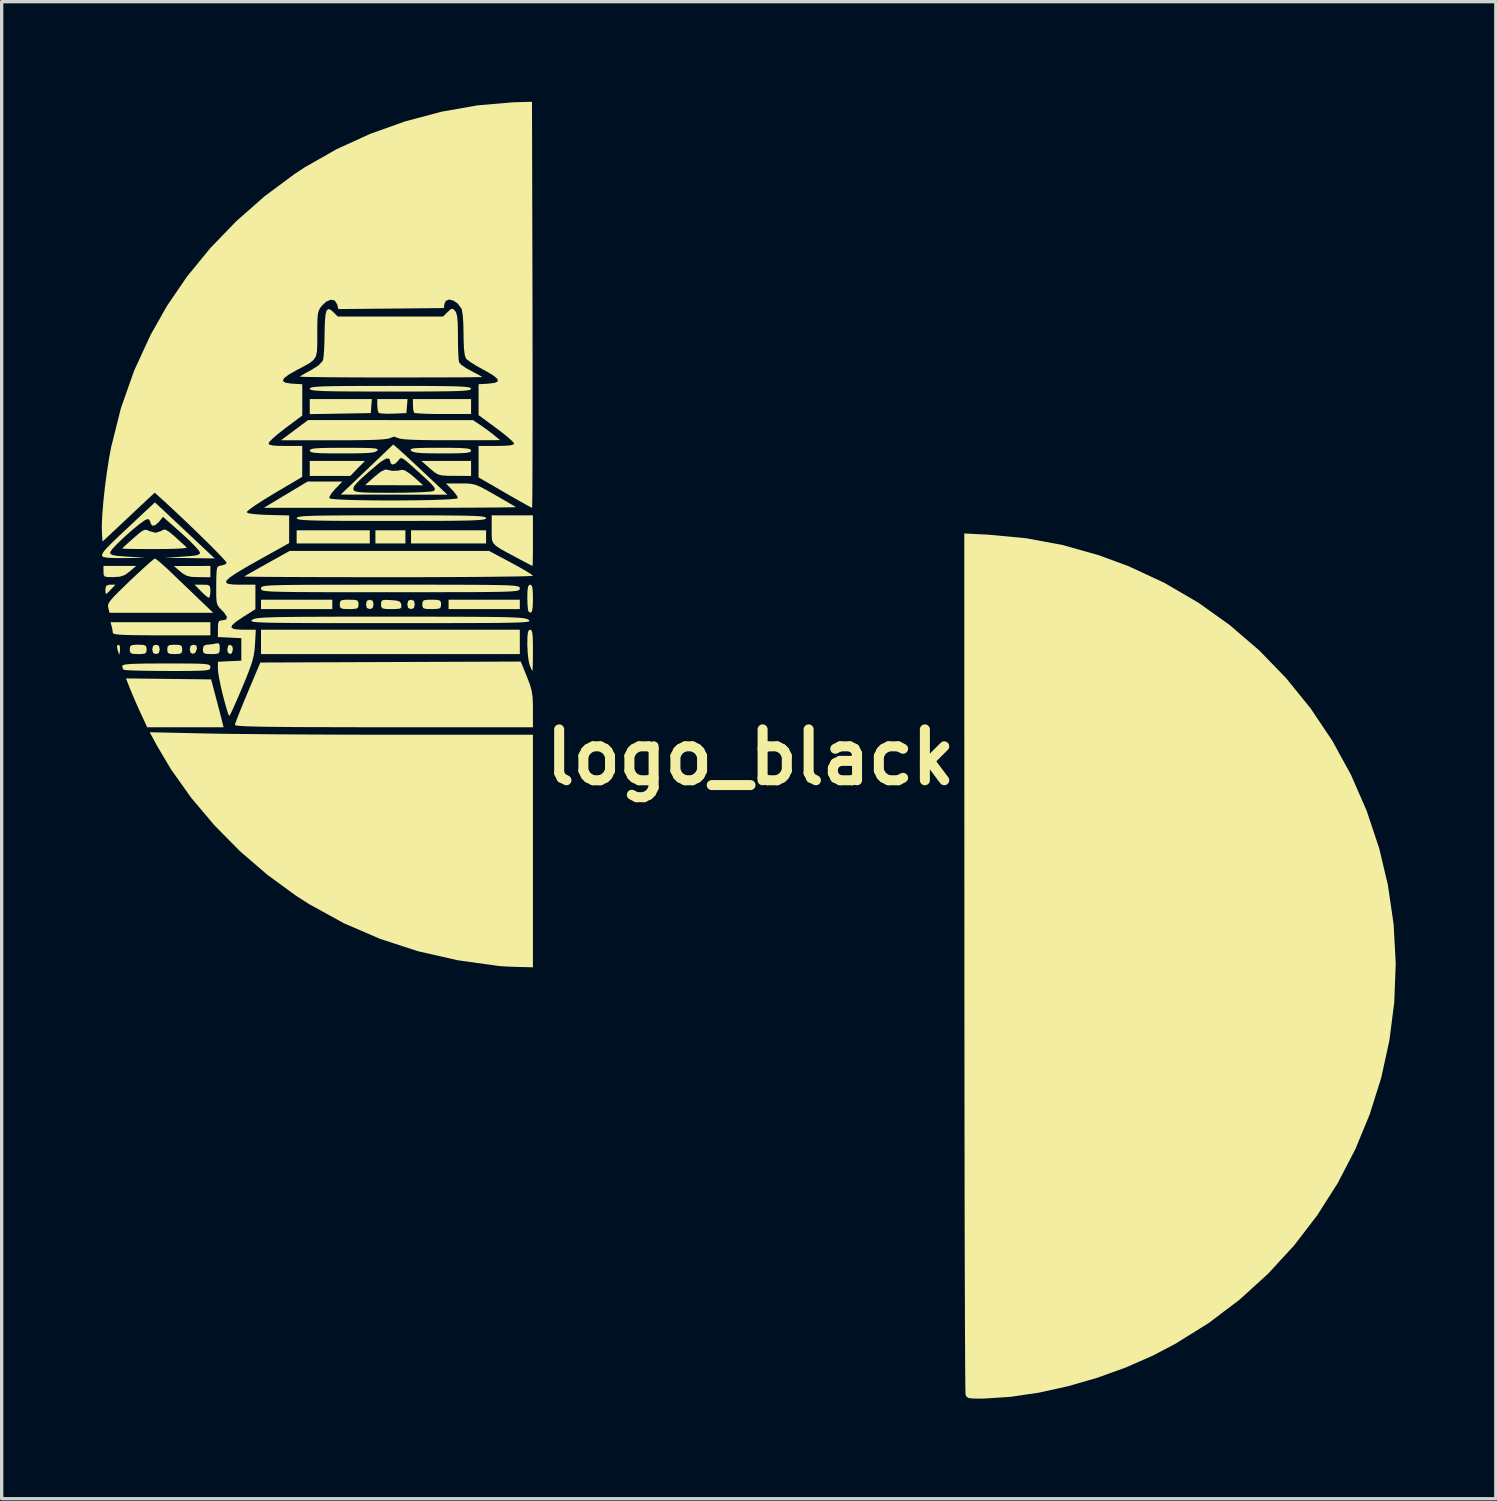
<source format=kicad_pcb>
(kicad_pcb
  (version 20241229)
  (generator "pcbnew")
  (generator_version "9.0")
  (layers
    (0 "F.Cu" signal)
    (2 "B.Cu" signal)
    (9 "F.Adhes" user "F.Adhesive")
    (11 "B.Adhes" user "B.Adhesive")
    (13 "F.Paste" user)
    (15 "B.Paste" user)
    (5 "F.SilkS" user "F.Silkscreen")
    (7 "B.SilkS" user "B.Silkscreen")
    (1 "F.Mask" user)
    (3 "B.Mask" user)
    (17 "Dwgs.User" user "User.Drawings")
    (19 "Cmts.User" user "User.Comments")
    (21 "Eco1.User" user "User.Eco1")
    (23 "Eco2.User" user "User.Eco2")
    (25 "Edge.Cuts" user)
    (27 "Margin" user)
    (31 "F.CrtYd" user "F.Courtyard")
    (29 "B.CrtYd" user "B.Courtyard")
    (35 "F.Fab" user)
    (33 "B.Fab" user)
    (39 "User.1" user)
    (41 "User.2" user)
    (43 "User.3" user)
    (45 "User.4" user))
  (footprint "logo_black"
    (layer "F.Cu")
    (at 19.438 19.64)
    (property "Reference" "logo_black" (at 0 0 0) (layer "F.SilkS") (effects (font (size 1.524 1.524) (thickness 0.3))))
    (attr board_only exclude_from_pos_files exclude_from_bom)
    (fp_poly (pts (xy -12.531 -4.439) (xy -14.667 -4.439) (xy -14.667 -4.72) (xy -12.531 -4.72)) (stroke (width 0) (type solid)) (fill yes) (layer "F.SilkS"))
    (fp_poly (pts (xy -11.408 -6.406) (xy -13.599 -6.406) (xy -13.599 -6.8) (xy -11.408 -6.8)) (stroke (width 0) (type solid)) (fill yes) (layer "F.SilkS"))
    (fp_poly (pts (xy -10.34 -6.406) (xy -11.239 -6.406) (xy -11.239 -6.8) (xy -10.34 -6.8)) (stroke (width 0) (type solid)) (fill yes) (layer "F.SilkS"))
    (fp_poly (pts (xy -7.923 -6.406) (xy -10.171 -6.406) (xy -10.171 -6.8) (xy -7.923 -6.8)) (stroke (width 0) (type solid)) (fill yes) (layer "F.SilkS"))
    (fp_poly (pts (xy -6.912 -4.439) (xy -9.047 -4.439) (xy -9.047 -4.72) (xy -6.912 -4.72)) (stroke (width 0) (type solid)) (fill yes) (layer "F.SilkS"))
    (fp_poly (pts (xy -6.912 -3.091) (xy -14.667 -3.091) (xy -14.667 -3.821) (xy -6.912 -3.821)) (stroke (width 0) (type solid)) (fill yes) (layer "F.SilkS"))
    (fp_poly (pts (xy -11.773 -8.654) (xy -11.992 -8.429) (xy -13.206 -8.429) (xy -13.206 -8.879) (xy -11.553 -8.879)) (stroke (width 0) (type solid)) (fill yes) (layer "F.SilkS"))
    (fp_poly (pts (xy -11.362 -10.522) (xy -11.379 -10.312) (xy -12.293 -10.296) (xy -13.206 -10.281) (xy -13.206 -10.733) (xy -11.345 -10.733)) (stroke (width 0) (type solid)) (fill yes) (layer "F.SilkS"))
    (fp_poly (pts (xy -18.889 -3.295) (xy -18.893 -3.194) (xy -18.914 -3.063) (xy -18.959 -3.193) (xy -18.982 -3.305) (xy -18.971 -3.357) (xy -18.917 -3.369)) (stroke (width 0) (type solid)) (fill yes) (layer "F.SilkS"))
    (fp_poly (pts (xy -17.726 -3.339) (xy -17.701 -3.231) (xy -17.728 -3.121) (xy -17.814 -3.091) (xy -17.902 -3.124) (xy -17.926 -3.231) (xy -17.9 -3.341) (xy -17.814 -3.372)) (stroke (width 0) (type solid)) (fill yes) (layer "F.SilkS"))
    (fp_poly (pts (xy -15.526 -3.323) (xy -15.51 -3.231) (xy -15.539 -3.118) (xy -15.594 -3.091) (xy -15.662 -3.14) (xy -15.678 -3.231) (xy -15.649 -3.344) (xy -15.594 -3.372)) (stroke (width 0) (type solid)) (fill yes) (layer "F.SilkS"))
    (fp_poly (pts (xy -11.319 -4.687) (xy -11.295 -4.58) (xy -11.321 -4.47) (xy -11.408 -4.439) (xy -11.496 -4.472) (xy -11.52 -4.58) (xy -11.494 -4.69) (xy -11.408 -4.72)) (stroke (width 0) (type solid)) (fill yes) (layer "F.SilkS"))
    (fp_poly (pts (xy -10.083 -4.687) (xy -10.059 -4.58) (xy -10.085 -4.47) (xy -10.171 -4.439) (xy -10.259 -4.472) (xy -10.284 -4.58) (xy -10.257 -4.69) (xy -10.171 -4.72)) (stroke (width 0) (type solid)) (fill yes) (layer "F.SilkS"))
    (fp_poly (pts (xy -16.184 -5.395) (xy -16.535 -5.396) (xy -16.745 -5.404) (xy -16.889 -5.436) (xy -17.01 -5.505) (xy -17.083 -5.563) (xy -17.28 -5.729) (xy -16.732 -5.73) (xy -16.184 -5.732)) (stroke (width 0) (type solid)) (fill yes) (layer "F.SilkS"))
    (fp_poly (pts (xy -19.162 -5.029) (xy -19.256 -4.935) (xy -19.31 -4.89) (xy -19.313 -4.889) (xy -19.326 -4.937) (xy -19.331 -5.029) (xy -19.31 -5.134) (xy -19.224 -5.168) (xy -19.181 -5.17) (xy -19.03 -5.17)) (stroke (width 0) (type solid)) (fill yes) (layer "F.SilkS"))
    (fp_poly (pts (xy -18.603 -5.566) (xy -18.75 -5.459) (xy -18.9 -5.41) (xy -19.092 -5.397) (xy -19.264 -5.399) (xy -19.351 -5.418) (xy -19.383 -5.472) (xy -19.387 -5.563) (xy -19.387 -5.732) (xy -18.408 -5.732)) (stroke (width 0) (type solid)) (fill yes) (layer "F.SilkS"))
    (fp_poly (pts (xy -16.599 -3.345) (xy -16.587 -3.246) (xy -16.588 -3.246) (xy -16.635 -3.135) (xy -16.711 -3.097) (xy -16.779 -3.135) (xy -16.802 -3.227) (xy -16.778 -3.339) (xy -16.692 -3.372) (xy -16.686 -3.372)) (stroke (width 0) (type solid)) (fill yes) (layer "F.SilkS"))
    (fp_poly (pts (xy -8.373 -8.429) (xy -8.865 -8.432) (xy -9.102 -8.434) (xy -9.26 -8.447) (xy -9.372 -8.479) (xy -9.472 -8.54) (xy -9.592 -8.641) (xy -9.609 -8.656) (xy -9.862 -8.878) (xy -9.118 -8.879) (xy -8.373 -8.879)) (stroke (width 0) (type solid)) (fill yes) (layer "F.SilkS"))
    (fp_poly (pts (xy -16.271 -5.165) (xy -16.204 -5.132) (xy -16.185 -5.044) (xy -16.184 -4.973) (xy -16.195 -4.843) (xy -16.223 -4.778) (xy -16.229 -4.777) (xy -16.292 -4.814) (xy -16.399 -4.908) (xy -16.465 -4.973) (xy -16.656 -5.17) (xy -16.42 -5.17)) (stroke (width 0) (type solid)) (fill yes) (layer "F.SilkS"))
    (fp_poly (pts (xy -10.902 -8.617) (xy -10.744 -8.582) (xy -10.557 -8.587) (xy -10.452 -8.613) (xy -10.358 -8.596) (xy -10.206 -8.497) (xy -10.088 -8.399) (xy -9.809 -8.148) (xy -11.548 -8.153) (xy -11.268 -8.404) (xy -11.076 -8.558) (xy -10.945 -8.62)) (stroke (width 0) (type solid)) (fill yes) (layer "F.SilkS"))
    (fp_poly (pts (xy -10.294 -10.522) (xy -10.312 -10.312) (xy -10.708 -10.295) (xy -10.909 -10.293) (xy -11.065 -10.301) (xy -11.142 -10.318) (xy -11.143 -10.319) (xy -11.17 -10.398) (xy -11.183 -10.535) (xy -11.183 -10.546) (xy -11.183 -10.733) (xy -10.277 -10.733)) (stroke (width 0) (type solid)) (fill yes) (layer "F.SilkS"))
    (fp_poly (pts (xy -8.373 -10.284) (xy -9.207 -10.284) (xy -9.502 -10.286) (xy -9.756 -10.293) (xy -9.949 -10.303) (xy -10.06 -10.315) (xy -10.078 -10.321) (xy -10.103 -10.398) (xy -10.115 -10.535) (xy -10.115 -10.546) (xy -10.115 -10.733) (xy -8.373 -10.733)) (stroke (width 0) (type solid)) (fill yes) (layer "F.SilkS"))
    (fp_poly (pts (xy -16.184 -3.653) (xy -17.645 -3.653) (xy -18.11 -3.654) (xy -18.472 -3.658) (xy -18.742 -3.665) (xy -18.93 -3.676) (xy -19.046 -3.691) (xy -19.1 -3.71) (xy -19.107 -3.723) (xy -19.121 -3.831) (xy -19.142 -3.92) (xy -19.175 -4.046) (xy -16.184 -4.046)) (stroke (width 0) (type solid)) (fill yes) (layer "F.SilkS"))
    (fp_poly (pts (xy -17.437 -2.347) (xy -16.162 -2.332) (xy -16.013 -1.77) (xy -15.946 -1.516) (xy -15.887 -1.288) (xy -15.843 -1.117) (xy -15.827 -1.054) (xy -15.789 -0.899) (xy -18.077 -0.899) (xy -18.28 -1.335) (xy -18.392 -1.583) (xy -18.502 -1.836) (xy -18.588 -2.044) (xy -18.597 -2.066) (xy -18.712 -2.362)) (stroke (width 0) (type solid)) (fill yes) (layer "F.SilkS"))
    (fp_poly (pts (xy -18.192 -3.366) (xy -18.118 -3.337) (xy -18.096 -3.269) (xy -18.095 -3.231) (xy -18.105 -3.145) (xy -18.157 -3.103) (xy -18.279 -3.091) (xy -18.348 -3.091) (xy -18.504 -3.097) (xy -18.578 -3.125) (xy -18.599 -3.193) (xy -18.6 -3.231) (xy -18.59 -3.318) (xy -18.538 -3.359) (xy -18.416 -3.371) (xy -18.348 -3.372)) (stroke (width 0) (type solid)) (fill yes) (layer "F.SilkS"))
    (fp_poly (pts (xy -17.107 -3.364) (xy -17.043 -3.328) (xy -17.027 -3.243) (xy -17.027 -3.231) (xy -17.039 -3.141) (xy -17.097 -3.1) (xy -17.232 -3.091) (xy -17.252 -3.091) (xy -17.397 -3.098) (xy -17.461 -3.135) (xy -17.476 -3.219) (xy -17.477 -3.231) (xy -17.464 -3.322) (xy -17.406 -3.362) (xy -17.271 -3.372) (xy -17.252 -3.372)) (stroke (width 0) (type solid)) (fill yes) (layer "F.SilkS"))
    (fp_poly (pts (xy -15.908 -3.361) (xy -15.903 -3.266) (xy -15.91 -3.158) (xy -15.951 -3.107) (xy -16.056 -3.092) (xy -16.156 -3.091) (xy -16.312 -3.097) (xy -16.386 -3.125) (xy -16.408 -3.193) (xy -16.409 -3.231) (xy -16.384 -3.34) (xy -16.293 -3.372) (xy -16.282 -3.372) (xy -16.12 -3.388) (xy -16.03 -3.407) (xy -15.942 -3.417)) (stroke (width 0) (type solid)) (fill yes) (layer "F.SilkS"))
    (fp_poly (pts (xy -11.859 -4.716) (xy -11.776 -4.693) (xy -11.747 -4.636) (xy -11.745 -4.58) (xy -11.754 -4.496) (xy -11.8 -4.455) (xy -11.913 -4.441) (xy -12.026 -4.439) (xy -12.192 -4.444) (xy -12.276 -4.467) (xy -12.304 -4.523) (xy -12.307 -4.58) (xy -12.298 -4.663) (xy -12.251 -4.705) (xy -12.138 -4.719) (xy -12.026 -4.72)) (stroke (width 0) (type solid)) (fill yes) (layer "F.SilkS"))
    (fp_poly (pts (xy -10.775 -4.709) (xy -10.6 -4.693) (xy -10.508 -4.661) (xy -10.469 -4.601) (xy -10.462 -4.566) (xy -10.461 -4.494) (xy -10.5 -4.456) (xy -10.605 -4.442) (xy -10.757 -4.439) (xy -10.936 -4.443) (xy -11.029 -4.462) (xy -11.065 -4.508) (xy -11.07 -4.583) (xy -11.063 -4.666) (xy -11.023 -4.706) (xy -10.922 -4.716)) (stroke (width 0) (type solid)) (fill yes) (layer "F.SilkS"))
    (fp_poly (pts (xy -9.386 -4.716) (xy -9.303 -4.693) (xy -9.275 -4.636) (xy -9.272 -4.58) (xy -9.281 -4.496) (xy -9.328 -4.455) (xy -9.44 -4.441) (xy -9.553 -4.439) (xy -9.72 -4.444) (xy -9.803 -4.467) (xy -9.831 -4.523) (xy -9.834 -4.58) (xy -9.825 -4.663) (xy -9.778 -4.705) (xy -9.666 -4.719) (xy -9.553 -4.72)) (stroke (width 0) (type solid)) (fill yes) (layer "F.SilkS"))
    (fp_poly (pts (xy -6.558 -5.148) (xy -6.532 -5.068) (xy -6.521 -4.91) (xy -6.519 -4.748) (xy -6.525 -4.509) (xy -6.548 -4.372) (xy -6.589 -4.328) (xy -6.65 -4.364) (xy -6.669 -4.436) (xy -6.682 -4.587) (xy -6.687 -4.785) (xy -6.687 -4.786) (xy -6.682 -4.997) (xy -6.663 -5.116) (xy -6.627 -5.165) (xy -6.603 -5.17)) (stroke (width 0) (type solid)) (fill yes) (layer "F.SilkS"))
    (fp_poly (pts (xy -6.565 -3.804) (xy -6.54 -3.739) (xy -6.526 -3.609) (xy -6.52 -3.396) (xy -6.519 -3.203) (xy -6.52 -2.955) (xy -6.524 -2.754) (xy -6.53 -2.624) (xy -6.535 -2.585) (xy -6.563 -2.632) (xy -6.611 -2.747) (xy -6.62 -2.772) (xy -6.653 -2.921) (xy -6.677 -3.137) (xy -6.687 -3.375) (xy -6.687 -3.39) (xy -6.683 -3.615) (xy -6.668 -3.748) (xy -6.637 -3.81) (xy -6.603 -3.821)) (stroke (width 0) (type solid)) (fill yes) (layer "F.SilkS"))
    (fp_poly (pts (xy -6.519 -6.49) (xy -6.52 -6.213) (xy -6.522 -5.982) (xy -6.526 -5.816) (xy -6.531 -5.737) (xy -6.533 -5.733) (xy -6.585 -5.758) (xy -6.714 -5.825) (xy -6.898 -5.922) (xy -7.024 -5.989) (xy -7.306 -6.139) (xy -7.504 -6.25) (xy -7.633 -6.338) (xy -7.709 -6.42) (xy -7.745 -6.513) (xy -7.755 -6.632) (xy -7.755 -6.795) (xy -7.755 -6.829) (xy -7.755 -7.249) (xy -6.519 -7.249)) (stroke (width 0) (type solid)) (fill yes) (layer "F.SilkS"))
    (fp_poly (pts (xy -17.788 -5.918) (xy -17.669 -5.82) (xy -17.507 -5.675) (xy -17.37 -5.546) (xy -17.127 -5.313) (xy -16.852 -5.05) (xy -16.595 -4.803) (xy -16.521 -4.732) (xy -16.1 -4.329) (xy -19.206 -4.327) (xy -19.244 -4.479) (xy -19.252 -4.54) (xy -19.236 -4.606) (xy -19.184 -4.688) (xy -19.088 -4.801) (xy -18.934 -4.958) (xy -18.714 -5.172) (xy -18.59 -5.291) (xy -18.359 -5.508) (xy -18.155 -5.696) (xy -17.992 -5.841) (xy -17.884 -5.931) (xy -17.847 -5.954)) (stroke (width 0) (type solid)) (fill yes) (layer "F.SilkS"))
    (fp_poly (pts (xy -8.958 -9.271) (xy -8.705 -9.266) (xy -8.536 -9.256) (xy -8.434 -9.24) (xy -8.385 -9.217) (xy -8.373 -9.188) (xy -8.388 -9.155) (xy -8.444 -9.132) (xy -8.556 -9.117) (xy -8.739 -9.108) (xy -9.009 -9.104) (xy -9.237 -9.104) (xy -9.581 -9.106) (xy -9.829 -9.112) (xy -9.998 -9.126) (xy -10.103 -9.147) (xy -10.161 -9.177) (xy -10.171 -9.188) (xy -10.186 -9.219) (xy -10.161 -9.241) (xy -10.083 -9.257) (xy -9.937 -9.266) (xy -9.71 -9.271) (xy -9.388 -9.272) (xy -9.307 -9.272)) (stroke (width 0) (type solid)) (fill yes) (layer "F.SilkS"))
    (fp_poly (pts (xy -10.787 -10.102) (xy -8.315 -10.101) (xy -8.077 -9.941) (xy -7.896 -9.814) (xy -7.723 -9.683) (xy -7.671 -9.641) (xy -7.502 -9.501) (xy -8.978 -9.499) (xy -9.471 -9.5) (xy -9.861 -9.505) (xy -10.157 -9.514) (xy -10.368 -9.527) (xy -10.502 -9.545) (xy -10.565 -9.567) (xy -10.68 -9.608) (xy -10.789 -9.567) (xy -10.859 -9.544) (xy -10.996 -9.527) (xy -11.209 -9.513) (xy -11.506 -9.504) (xy -11.897 -9.499) (xy -12.389 -9.497) (xy -12.484 -9.497) (xy -14.068 -9.497) (xy -13.663 -9.8) (xy -13.258 -10.103)) (stroke (width 0) (type solid)) (fill yes) (layer "F.SilkS"))
    (fp_poly (pts (xy -11.792 -9.271) (xy -11.523 -9.268) (xy -11.34 -9.261) (xy -11.229 -9.249) (xy -11.177 -9.231) (xy -11.171 -9.206) (xy -11.183 -9.188) (xy -11.228 -9.156) (xy -11.312 -9.133) (xy -11.452 -9.118) (xy -11.663 -9.109) (xy -11.96 -9.104) (xy -12.229 -9.104) (xy -12.588 -9.105) (xy -12.848 -9.109) (xy -13.026 -9.119) (xy -13.135 -9.134) (xy -13.19 -9.156) (xy -13.206 -9.186) (xy -13.206 -9.188) (xy -13.192 -9.218) (xy -13.14 -9.24) (xy -13.037 -9.255) (xy -12.868 -9.265) (xy -12.618 -9.27) (xy -12.275 -9.272) (xy -12.159 -9.272)) (stroke (width 0) (type solid)) (fill yes) (layer "F.SilkS"))
    (fp_poly (pts (xy -6.701 -2.417) (xy -6.611 -2.182) (xy -6.557 -1.991) (xy -6.529 -1.796) (xy -6.519 -1.553) (xy -6.519 -1.434) (xy -6.519 -0.899) (xy -10.986 -0.899) (xy -11.83 -0.899) (xy -12.568 -0.901) (xy -13.206 -0.902) (xy -13.749 -0.905) (xy -14.205 -0.909) (xy -14.579 -0.914) (xy -14.877 -0.92) (xy -15.106 -0.927) (xy -15.272 -0.936) (xy -15.38 -0.947) (xy -15.437 -0.959) (xy -15.45 -0.969) (xy -15.427 -1.042) (xy -15.368 -1.2) (xy -15.279 -1.424) (xy -15.168 -1.697) (xy -15.066 -1.939) (xy -14.687 -2.838) (xy -6.884 -2.867)) (stroke (width 0) (type solid)) (fill yes) (layer "F.SilkS"))
    (fp_poly (pts (xy -17.415 -6.752) (xy -17.239 -6.603) (xy -17.237 -6.601) (xy -17.083 -6.46) (xy -16.959 -6.347) (xy -16.89 -6.285) (xy -16.889 -6.285) (xy -16.925 -6.269) (xy -17.056 -6.256) (xy -17.266 -6.246) (xy -17.539 -6.24) (xy -17.831 -6.238) (xy -18.151 -6.238) (xy -18.428 -6.241) (xy -18.645 -6.244) (xy -18.783 -6.249) (xy -18.825 -6.253) (xy -18.786 -6.295) (xy -18.683 -6.391) (xy -18.535 -6.524) (xy -18.493 -6.561) (xy -18.324 -6.707) (xy -18.214 -6.788) (xy -18.136 -6.816) (xy -18.065 -6.802) (xy -18.008 -6.775) (xy -17.825 -6.725) (xy -17.652 -6.781) (xy -17.603 -6.816) (xy -17.532 -6.82)) (stroke (width 0) (type solid)) (fill yes) (layer "F.SilkS"))
    (fp_poly (pts (xy -16.297 -0.712) (xy -15.944 -0.705) (xy -15.492 -0.699) (xy -14.957 -0.694) (xy -14.354 -0.688) (xy -13.697 -0.684) (xy -13.001 -0.68) (xy -12.28 -0.677) (xy -11.549 -0.675) (xy -10.823 -0.674) (xy -10.555 -0.674) (xy -6.519 -0.674) (xy -6.519 6.294) (xy -6.926 6.285) (xy -7.162 6.278) (xy -7.381 6.267) (xy -7.53 6.257) (xy -8.775 6.083) (xy -9.965 5.812) (xy -11.101 5.442) (xy -12.186 4.973) (xy -13.219 4.405) (xy -13.614 4.153) (xy -14.478 3.522) (xy -15.3 2.813) (xy -16.063 2.04) (xy -16.755 1.22) (xy -17.361 0.367) (xy -17.76 -0.304) (xy -18.003 -0.749)) (stroke (width 0) (type solid)) (fill yes) (layer "F.SilkS"))
    (fp_poly (pts (xy -17.087 -2.809) (xy -16.768 -2.808) (xy -16.534 -2.803) (xy -16.373 -2.795) (xy -16.271 -2.782) (xy -16.214 -2.764) (xy -16.19 -2.738) (xy -16.184 -2.703) (xy -16.184 -2.697) (xy -16.188 -2.661) (xy -16.209 -2.634) (xy -16.261 -2.614) (xy -16.357 -2.6) (xy -16.51 -2.592) (xy -16.735 -2.587) (xy -17.045 -2.585) (xy -17.453 -2.585) (xy -17.467 -2.585) (xy -17.836 -2.587) (xy -18.167 -2.591) (xy -18.443 -2.598) (xy -18.648 -2.606) (xy -18.766 -2.617) (xy -18.788 -2.622) (xy -18.823 -2.708) (xy -18.825 -2.735) (xy -18.805 -2.759) (xy -18.738 -2.778) (xy -18.611 -2.792) (xy -18.413 -2.801) (xy -18.133 -2.807) (xy -17.759 -2.809) (xy -17.505 -2.81)) (stroke (width 0) (type solid)) (fill yes) (layer "F.SilkS"))
    (fp_poly (pts (xy -7.176 -5.831) (xy -6.933 -5.698) (xy -6.73 -5.582) (xy -6.587 -5.493) (xy -6.521 -5.442) (xy -6.519 -5.438) (xy -6.573 -5.431) (xy -6.732 -5.424) (xy -6.986 -5.418) (xy -7.326 -5.413) (xy -7.745 -5.408) (xy -8.233 -5.403) (xy -8.783 -5.4) (xy -9.384 -5.397) (xy -10.03 -5.395) (xy -10.711 -5.395) (xy -10.855 -5.395) (xy -11.541 -5.395) (xy -12.194 -5.396) (xy -12.803 -5.397) (xy -13.362 -5.399) (xy -13.861 -5.401) (xy -14.292 -5.403) (xy -14.647 -5.406) (xy -14.916 -5.409) (xy -15.092 -5.412) (xy -15.166 -5.415) (xy -15.168 -5.416) (xy -15.113 -5.45) (xy -14.978 -5.528) (xy -14.783 -5.639) (xy -14.545 -5.772) (xy -14.478 -5.81) (xy -13.811 -6.181) (xy -7.833 -6.181)) (stroke (width 0) (type solid)) (fill yes) (layer "F.SilkS"))
    (fp_poly (pts (xy -10.199 -11.126) (xy -9.711 -11.125) (xy -9.317 -11.122) (xy -9.007 -11.118) (xy -8.771 -11.111) (xy -8.6 -11.103) (xy -8.484 -11.091) (xy -8.414 -11.077) (xy -8.38 -11.059) (xy -8.373 -11.042) (xy -8.384 -11.022) (xy -8.424 -11.005) (xy -8.502 -10.991) (xy -8.627 -10.98) (xy -8.809 -10.972) (xy -9.058 -10.966) (xy -9.383 -10.962) (xy -9.794 -10.959) (xy -10.3 -10.958) (xy -10.789 -10.958) (xy -11.38 -10.958) (xy -11.867 -10.96) (xy -12.262 -10.962) (xy -12.572 -10.967) (xy -12.808 -10.973) (xy -12.979 -10.982) (xy -13.095 -10.993) (xy -13.165 -11.008) (xy -13.199 -11.025) (xy -13.206 -11.042) (xy -13.195 -11.063) (xy -13.155 -11.08) (xy -13.077 -11.094) (xy -12.952 -11.104) (xy -12.769 -11.113) (xy -12.52 -11.119) (xy -12.195 -11.123) (xy -11.785 -11.125) (xy -11.279 -11.126) (xy -10.789 -11.127)) (stroke (width 0) (type solid)) (fill yes) (layer "F.SilkS"))
    (fp_poly (pts (xy -10.117 -7.249) (xy -9.577 -7.248) (xy -9.131 -7.245) (xy -8.772 -7.242) (xy -8.489 -7.237) (xy -8.275 -7.23) (xy -8.121 -7.221) (xy -8.018 -7.209) (xy -7.956 -7.195) (xy -7.928 -7.178) (xy -7.923 -7.165) (xy -7.934 -7.146) (xy -7.972 -7.13) (xy -8.047 -7.116) (xy -8.166 -7.106) (xy -8.339 -7.097) (xy -8.575 -7.091) (xy -8.882 -7.086) (xy -9.269 -7.083) (xy -9.745 -7.082) (xy -10.318 -7.081) (xy -10.761 -7.081) (xy -11.405 -7.081) (xy -11.946 -7.082) (xy -12.391 -7.084) (xy -12.751 -7.088) (xy -13.033 -7.093) (xy -13.247 -7.1) (xy -13.402 -7.109) (xy -13.505 -7.12) (xy -13.566 -7.135) (xy -13.595 -7.152) (xy -13.599 -7.165) (xy -13.588 -7.184) (xy -13.55 -7.2) (xy -13.476 -7.213) (xy -13.357 -7.224) (xy -13.184 -7.232) (xy -12.948 -7.239) (xy -12.641 -7.243) (xy -12.254 -7.246) (xy -11.778 -7.248) (xy -11.204 -7.249) (xy -10.761 -7.249)) (stroke (width 0) (type solid)) (fill yes) (layer "F.SilkS"))
    (fp_poly (pts (xy -12.442 -8.041) (xy -12.554 -7.909) (xy -12.616 -7.803) (xy -12.619 -7.76) (xy -12.554 -7.742) (xy -12.394 -7.727) (xy -12.155 -7.715) (xy -11.853 -7.705) (xy -11.502 -7.699) (xy -11.119 -7.695) (xy -10.719 -7.694) (xy -10.318 -7.696) (xy -9.932 -7.7) (xy -9.576 -7.707) (xy -9.266 -7.717) (xy -9.018 -7.729) (xy -8.847 -7.744) (xy -8.769 -7.762) (xy -8.766 -7.766) (xy -8.803 -7.845) (xy -8.895 -7.964) (xy -8.946 -8.019) (xy -9.126 -8.204) (xy -8.69 -8.204) (xy -8.505 -8.203) (xy -8.362 -8.191) (xy -8.233 -8.16) (xy -8.09 -8.1) (xy -7.906 -8.003) (xy -7.654 -7.859) (xy -7.422 -7.726) (xy -7.227 -7.613) (xy -7.09 -7.532) (xy -7.03 -7.495) (xy -7.029 -7.494) (xy -7.08 -7.491) (xy -7.234 -7.488) (xy -7.482 -7.485) (xy -7.815 -7.482) (xy -8.224 -7.479) (xy -8.701 -7.477) (xy -9.235 -7.476) (xy -9.818 -7.475) (xy -10.44 -7.474) (xy -10.794 -7.474) (xy -14.583 -7.474) (xy -13.272 -8.261) (xy -12.228 -8.261)) (stroke (width 0) (type solid)) (fill yes) (layer "F.SilkS"))
    (fp_poly (pts (xy -10.508 -9.2) (xy -10.396 -9.099) (xy -10.224 -8.94) (xy -10.011 -8.743) (xy -9.779 -8.525) (xy -9.697 -8.448) (xy -9.082 -7.867) (xy -10.68 -7.869) (xy -12.279 -7.871) (xy -12.073 -8.067) (xy -11.899 -8.067) (xy -11.897 -8.017) (xy -11.874 -7.985) (xy -11.824 -7.962) (xy -11.733 -7.945) (xy -11.586 -7.934) (xy -11.368 -7.927) (xy -11.065 -7.925) (xy -10.721 -7.924) (xy -10.37 -7.927) (xy -10.055 -7.934) (xy -9.794 -7.945) (xy -9.606 -7.958) (xy -9.507 -7.973) (xy -9.501 -7.976) (xy -9.463 -8.007) (xy -9.457 -8.047) (xy -9.491 -8.108) (xy -9.576 -8.202) (xy -9.722 -8.342) (xy -9.939 -8.541) (xy -10.018 -8.612) (xy -10.217 -8.79) (xy -10.349 -8.901) (xy -10.433 -8.956) (xy -10.486 -8.962) (xy -10.525 -8.93) (xy -10.551 -8.892) (xy -10.644 -8.797) (xy -10.732 -8.769) (xy -10.785 -8.814) (xy -10.789 -8.847) (xy -10.821 -8.945) (xy -10.913 -8.951) (xy -11.064 -8.864) (xy -11.143 -8.802) (xy -11.431 -8.557) (xy -11.64 -8.371) (xy -11.782 -8.234) (xy -11.865 -8.136) (xy -11.899 -8.067) (xy -12.073 -8.067) (xy -10.705 -9.371)) (stroke (width 0) (type solid)) (fill yes) (layer "F.SilkS"))
    (fp_poly (pts (xy -8.854 -13.378) (xy -8.815 -13.31) (xy -8.789 -13.198) (xy -8.773 -13.02) (xy -8.767 -12.758) (xy -8.766 -12.602) (xy -8.764 -12.329) (xy -8.756 -12.093) (xy -8.745 -11.918) (xy -8.731 -11.831) (xy -8.665 -11.759) (xy -8.528 -11.663) (xy -8.366 -11.573) (xy -8.198 -11.486) (xy -8.08 -11.421) (xy -8.036 -11.393) (xy -8.09 -11.39) (xy -8.246 -11.388) (xy -8.493 -11.385) (xy -8.82 -11.383) (xy -9.217 -11.382) (xy -9.672 -11.381) (xy -10.174 -11.38) (xy -10.714 -11.379) (xy -10.785 -11.379) (xy -11.327 -11.38) (xy -11.834 -11.381) (xy -12.292 -11.384) (xy -12.693 -11.387) (xy -13.026 -11.391) (xy -13.279 -11.395) (xy -13.443 -11.4) (xy -13.506 -11.406) (xy -13.507 -11.406) (xy -13.446 -11.445) (xy -13.316 -11.519) (xy -13.162 -11.603) (xy -12.94 -11.743) (xy -12.823 -11.871) (xy -12.806 -11.913) (xy -12.79 -12.025) (xy -12.776 -12.22) (xy -12.766 -12.469) (xy -12.762 -12.703) (xy -12.754 -13.03) (xy -12.735 -13.254) (xy -12.702 -13.385) (xy -12.649 -13.431) (xy -12.574 -13.403) (xy -12.502 -13.339) (xy -12.368 -13.206) (xy -9.211 -13.206) (xy -9.076 -13.34) (xy -8.981 -13.427) (xy -8.92 -13.437)) (stroke (width 0) (type solid)) (fill yes) (layer "F.SilkS"))
    (fp_poly (pts (xy -17.535 -7.347) (xy -17.374 -7.196) (xy -17.158 -6.993) (xy -16.914 -6.764) (xy -16.668 -6.533) (xy -16.639 -6.506) (xy -16.055 -5.957) (xy -16.808 -5.967) (xy -17.561 -5.978) (xy -17.027 -6.01) (xy -16.772 -6.028) (xy -16.61 -6.049) (xy -16.524 -6.078) (xy -16.494 -6.118) (xy -16.493 -6.129) (xy -16.533 -6.198) (xy -16.643 -6.322) (xy -16.806 -6.487) (xy -17.008 -6.674) (xy -17.048 -6.711) (xy -17.604 -7.204) (xy -17.728 -7.049) (xy -17.838 -6.951) (xy -17.93 -6.941) (xy -17.979 -7.017) (xy -17.982 -7.056) (xy -18.028 -7.127) (xy -18.07 -7.137) (xy -18.151 -7.1) (xy -18.289 -7.002) (xy -18.464 -6.861) (xy -18.655 -6.696) (xy -18.844 -6.523) (xy -19.009 -6.361) (xy -19.131 -6.229) (xy -19.188 -6.143) (xy -19.19 -6.133) (xy -19.173 -6.088) (xy -19.107 -6.057) (xy -18.975 -6.034) (xy -18.756 -6.016) (xy -18.657 -6.01) (xy -18.123 -5.978) (xy -18.752 -5.967) (xy -19.027 -5.968) (xy -19.242 -5.977) (xy -19.377 -5.996) (xy -19.415 -6.012) (xy -19.429 -6.051) (xy -19.419 -6.099) (xy -19.376 -6.168) (xy -19.289 -6.268) (xy -19.15 -6.409) (xy -18.95 -6.603) (xy -18.678 -6.859) (xy -18.603 -6.929) (xy -17.847 -7.637)) (stroke (width 0) (type solid)) (fill yes) (layer "F.SilkS"))
    (fp_poly (pts (xy -10.017 -4.212) (xy -9.35 -4.211) (xy -8.779 -4.21) (xy -8.298 -4.208) (xy -7.897 -4.205) (xy -7.569 -4.201) (xy -7.306 -4.196) (xy -7.101 -4.189) (xy -6.945 -4.18) (xy -6.831 -4.17) (xy -6.75 -4.157) (xy -6.696 -4.142) (xy -6.659 -4.125) (xy -6.645 -4.115) (xy -6.626 -4.097) (xy -6.624 -4.081) (xy -6.645 -4.068) (xy -6.698 -4.056) (xy -6.789 -4.047) (xy -6.925 -4.039) (xy -7.114 -4.033) (xy -7.362 -4.028) (xy -7.677 -4.024) (xy -8.067 -4.022) (xy -8.538 -4.02) (xy -9.097 -4.019) (xy -9.752 -4.018) (xy -10.51 -4.018) (xy -10.789 -4.018) (xy -11.583 -4.018) (xy -12.272 -4.018) (xy -12.863 -4.019) (xy -13.363 -4.021) (xy -13.779 -4.023) (xy -14.118 -4.027) (xy -14.389 -4.031) (xy -14.597 -4.037) (xy -14.75 -4.044) (xy -14.855 -4.053) (xy -14.92 -4.064) (xy -14.951 -4.077) (xy -14.956 -4.091) (xy -14.941 -4.109) (xy -14.933 -4.115) (xy -14.903 -4.134) (xy -14.859 -4.15) (xy -14.792 -4.164) (xy -14.696 -4.175) (xy -14.562 -4.185) (xy -14.382 -4.192) (xy -14.149 -4.199) (xy -13.855 -4.203) (xy -13.492 -4.207) (xy -13.051 -4.209) (xy -12.526 -4.211) (xy -11.908 -4.212) (xy -11.19 -4.212) (xy -10.789 -4.212)) (stroke (width 0) (type solid)) (fill yes) (layer "F.SilkS"))
    (fp_poly (pts (xy -10.036 -5.17) (xy -9.387 -5.17) (xy -8.834 -5.169) (xy -8.371 -5.167) (xy -7.989 -5.165) (xy -7.68 -5.161) (xy -7.437 -5.156) (xy -7.251 -5.15) (xy -7.115 -5.141) (xy -7.022 -5.131) (xy -6.962 -5.118) (xy -6.93 -5.102) (xy -6.915 -5.084) (xy -6.912 -5.063) (xy -6.912 -5.058) (xy -6.914 -5.036) (xy -6.925 -5.017) (xy -6.952 -5.001) (xy -7.004 -4.987) (xy -7.089 -4.976) (xy -7.213 -4.967) (xy -7.386 -4.96) (xy -7.614 -4.955) (xy -7.906 -4.951) (xy -8.269 -4.948) (xy -8.712 -4.947) (xy -9.241 -4.946) (xy -9.865 -4.945) (xy -10.592 -4.945) (xy -10.789 -4.945) (xy -11.543 -4.945) (xy -12.192 -4.945) (xy -12.744 -4.946) (xy -13.208 -4.948) (xy -13.59 -4.95) (xy -13.899 -4.954) (xy -14.142 -4.959) (xy -14.328 -4.965) (xy -14.463 -4.974) (xy -14.557 -4.984) (xy -14.616 -4.997) (xy -14.649 -5.013) (xy -14.663 -5.031) (xy -14.667 -5.052) (xy -14.667 -5.058) (xy -14.665 -5.079) (xy -14.654 -5.098) (xy -14.627 -5.114) (xy -14.575 -5.128) (xy -14.49 -5.139) (xy -14.366 -5.148) (xy -14.193 -5.155) (xy -13.965 -5.16) (xy -13.673 -5.164) (xy -13.31 -5.167) (xy -12.867 -5.168) (xy -12.338 -5.169) (xy -11.713 -5.17) (xy -10.986 -5.17) (xy -10.789 -5.17)) (stroke (width 0) (type solid)) (fill yes) (layer "F.SilkS"))
    (fp_poly (pts (xy 7.123 -6.669) (xy 8.253 -6.563) (xy 9.352 -6.359) (xy 10.44 -6.052) (xy 11.331 -5.723) (xy 12.402 -5.225) (xy 13.414 -4.635) (xy 14.363 -3.958) (xy 15.245 -3.2) (xy 16.053 -2.366) (xy 16.784 -1.463) (xy 17.433 -0.495) (xy 17.995 0.531) (xy 18.465 1.609) (xy 18.84 2.735) (xy 19.099 3.828) (xy 19.271 5.006) (xy 19.334 6.179) (xy 19.29 7.341) (xy 19.144 8.485) (xy 18.899 9.606) (xy 18.556 10.696) (xy 18.121 11.751) (xy 17.595 12.762) (xy 16.982 13.725) (xy 16.286 14.632) (xy 15.508 15.477) (xy 14.653 16.255) (xy 13.724 16.958) (xy 12.723 17.58) (xy 12.063 17.926) (xy 11.25 18.284) (xy 10.393 18.593) (xy 9.515 18.847) (xy 8.64 19.04) (xy 7.792 19.165) (xy 6.995 19.217) (xy 6.864 19.219) (xy 6.658 19.215) (xy 6.537 19.201) (xy 6.475 19.166) (xy 6.447 19.104) (xy 6.444 19.092) (xy 6.441 19.025) (xy 6.438 18.85) (xy 6.435 18.573) (xy 6.432 18.199) (xy 6.43 17.733) (xy 6.427 17.179) (xy 6.425 16.544) (xy 6.422 15.831) (xy 6.42 15.046) (xy 6.418 14.194) (xy 6.416 13.281) (xy 6.415 12.31) (xy 6.413 11.287) (xy 6.412 10.218) (xy 6.411 9.107) (xy 6.41 7.959) (xy 6.409 6.78) (xy 6.409 6.131) (xy 6.406 -6.705)) (stroke (width 0) (type solid)) (fill yes) (layer "F.SilkS"))
    (fp_poly (pts (xy -6.532 -13.557) (xy -6.531 -12.74) (xy -6.53 -11.956) (xy -6.529 -11.211) (xy -6.529 -10.513) (xy -6.53 -9.868) (xy -6.531 -9.285) (xy -6.532 -8.77) (xy -6.534 -8.331) (xy -6.536 -7.975) (xy -6.539 -7.708) (xy -6.542 -7.539) (xy -6.546 -7.474) (xy -6.546 -7.474) (xy -6.602 -7.501) (xy -6.738 -7.575) (xy -6.937 -7.686) (xy -7.182 -7.826) (xy -7.361 -7.929) (xy -8.148 -8.385) (xy -8.148 -9.328) (xy -7.614 -9.328) (xy -7.347 -9.333) (xy -7.178 -9.348) (xy -7.096 -9.374) (xy -7.082 -9.399) (xy -7.126 -9.458) (xy -7.243 -9.566) (xy -7.416 -9.708) (xy -7.616 -9.86) (xy -8.148 -10.251) (xy -8.148 -11.177) (xy -7.853 -11.194) (xy -7.661 -11.218) (xy -7.571 -11.264) (xy -7.584 -11.336) (xy -7.701 -11.437) (xy -7.923 -11.569) (xy -8.004 -11.612) (xy -8.213 -11.728) (xy -8.389 -11.838) (xy -8.502 -11.923) (xy -8.524 -11.946) (xy -8.562 -12.052) (xy -8.586 -12.251) (xy -8.597 -12.551) (xy -8.598 -12.686) (xy -8.604 -12.985) (xy -8.62 -13.229) (xy -8.646 -13.396) (xy -8.663 -13.448) (xy -8.774 -13.595) (xy -8.906 -13.686) (xy -9.034 -13.715) (xy -9.131 -13.673) (xy -9.17 -13.585) (xy -9.188 -13.459) (xy -12.35 -13.429) (xy -12.386 -13.57) (xy -12.456 -13.685) (xy -12.573 -13.711) (xy -12.715 -13.651) (xy -12.835 -13.539) (xy -12.897 -13.46) (xy -12.938 -13.382) (xy -12.963 -13.279) (xy -12.976 -13.129) (xy -12.98 -12.909) (xy -12.981 -12.674) (xy -12.981 -12.375) (xy -12.99 -12.163) (xy -13.022 -12.015) (xy -13.091 -11.906) (xy -13.21 -11.811) (xy -13.395 -11.707) (xy -13.592 -11.604) (xy -13.838 -11.464) (xy -13.978 -11.357) (xy -14.013 -11.278) (xy -13.945 -11.226) (xy -13.773 -11.197) (xy -13.726 -11.194) (xy -13.431 -11.177) (xy -13.431 -10.239) (xy -13.936 -9.862) (xy -14.139 -9.704) (xy -14.303 -9.564) (xy -14.41 -9.458) (xy -14.442 -9.407) (xy -14.418 -9.368) (xy -14.332 -9.344) (xy -14.169 -9.331) (xy -13.936 -9.328) (xy -13.431 -9.328) (xy -13.433 -8.401) (xy -14.277 -7.902) (xy -14.55 -7.736) (xy -14.783 -7.586) (xy -14.963 -7.463) (xy -15.072 -7.376) (xy -15.1 -7.34) (xy -15.034 -7.308) (xy -14.866 -7.284) (xy -14.604 -7.266) (xy -14.452 -7.261) (xy -13.824 -7.245) (xy -13.824 -6.417) (xy -14.765 -5.892) (xy -15.14 -5.679) (xy -15.419 -5.512) (xy -15.605 -5.385) (xy -15.702 -5.293) (xy -15.715 -5.231) (xy -15.646 -5.194) (xy -15.501 -5.175) (xy -15.289 -5.17) (xy -14.835 -5.17) (xy -14.835 -4.435) (xy -15.201 -4.206) (xy -15.42 -4.058) (xy -15.538 -3.951) (xy -15.552 -3.88) (xy -15.464 -3.838) (xy -15.273 -3.822) (xy -15.195 -3.821) (xy -14.823 -3.821) (xy -14.847 -3.386) (xy -14.861 -3.206) (xy -14.887 -3.04) (xy -14.932 -2.864) (xy -15.003 -2.654) (xy -15.107 -2.386) (xy -15.228 -2.093) (xy -15.35 -1.808) (xy -15.457 -1.563) (xy -15.543 -1.375) (xy -15.601 -1.262) (xy -15.619 -1.236) (xy -15.645 -1.287) (xy -15.691 -1.425) (xy -15.749 -1.629) (xy -15.805 -1.841) (xy -15.869 -2.11) (xy -15.92 -2.36) (xy -15.952 -2.559) (xy -15.959 -2.653) (xy -15.959 -2.861) (xy -15.257 -2.894) (xy -15.257 -3.568) (xy -15.608 -3.585) (xy -15.959 -3.602) (xy -15.959 -3.852) (xy -15.953 -4.007) (xy -15.924 -4.08) (xy -15.855 -4.101) (xy -15.819 -4.102) (xy -15.706 -4.129) (xy -15.691 -4.208) (xy -15.772 -4.334) (xy -15.846 -4.41) (xy -15.921 -4.486) (xy -15.969 -4.559) (xy -15.996 -4.653) (xy -16.008 -4.796) (xy -16.009 -5.013) (xy -16.009 -5.148) (xy -16.006 -5.407) (xy -15.998 -5.575) (xy -15.982 -5.672) (xy -15.95 -5.719) (xy -15.898 -5.738) (xy -15.86 -5.743) (xy -15.744 -5.777) (xy -15.695 -5.822) (xy -15.729 -5.873) (xy -15.834 -5.99) (xy -15.998 -6.161) (xy -16.209 -6.374) (xy -16.457 -6.617) (xy -16.728 -6.881) (xy -17.012 -7.152) (xy -17.297 -7.42) (xy -17.571 -7.674) (xy -17.707 -7.796) (xy -17.853 -7.928) (xy -19.415 -6.463) (xy -19.433 -6.701) (xy -19.438 -6.947) (xy -19.422 -7.279) (xy -19.39 -7.67) (xy -19.344 -8.097) (xy -19.286 -8.535) (xy -19.22 -8.959) (xy -19.158 -9.29) (xy -18.865 -10.459) (xy -18.47 -11.581) (xy -17.972 -12.662) (xy -17.49 -13.515) (xy -16.885 -14.402) (xy -16.185 -15.257) (xy -15.406 -16.064) (xy -14.562 -16.807) (xy -13.669 -17.471) (xy -13.346 -17.683) (xy -12.404 -18.219) (xy -11.398 -18.678) (xy -10.346 -19.054) (xy -9.267 -19.341) (xy -8.182 -19.533) (xy -7.109 -19.625) (xy -6.996 -19.628) (xy -6.547 -19.64)) (stroke (width 0) (type solid)) (fill yes) (layer "F.SilkS")))
  (gr_rect
    (start -3 -3)
    (end 41.771 41.859)
    (stroke (width 0.1) (type default))
    (fill no)
    (layer "Edge.Cuts")))
</source>
